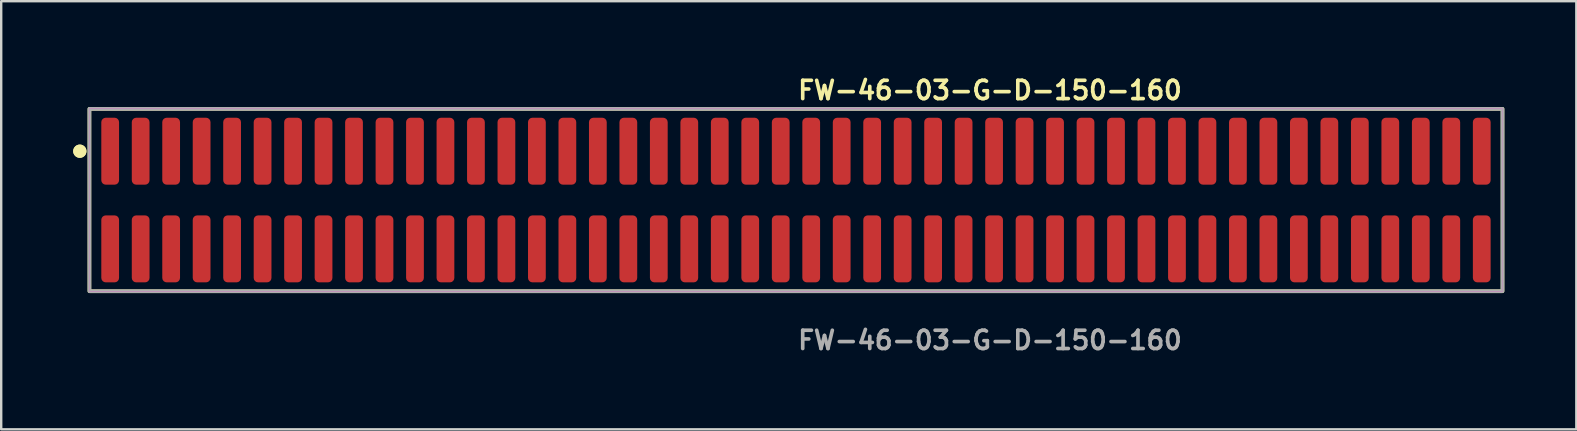
<source format=kicad_pcb>
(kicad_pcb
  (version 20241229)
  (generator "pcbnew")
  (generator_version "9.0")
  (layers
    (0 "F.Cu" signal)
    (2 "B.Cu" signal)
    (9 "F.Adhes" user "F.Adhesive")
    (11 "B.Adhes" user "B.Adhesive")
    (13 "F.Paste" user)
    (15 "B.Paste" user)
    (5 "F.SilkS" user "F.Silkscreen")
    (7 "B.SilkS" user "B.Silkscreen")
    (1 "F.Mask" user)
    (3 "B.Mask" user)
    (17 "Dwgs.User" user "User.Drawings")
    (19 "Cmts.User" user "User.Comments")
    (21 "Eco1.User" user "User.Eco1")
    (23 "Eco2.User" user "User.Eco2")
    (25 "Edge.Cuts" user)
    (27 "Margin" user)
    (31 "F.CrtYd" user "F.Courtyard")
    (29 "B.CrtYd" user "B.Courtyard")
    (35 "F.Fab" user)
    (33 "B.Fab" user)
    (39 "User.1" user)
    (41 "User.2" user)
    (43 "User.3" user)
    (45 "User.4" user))
  (footprint "FW-46-03-G-D-150-160"
    (layer "F.Cu")
    (at 30.116 5.285)
    (property "Reference" "FW-46-03-G-D-150-160" (at 0 -4.572 0) (unlocked yes) (layer "F.SilkS") (effects (font (size 0.762 0.762) (thickness 0.152)) (justify left)))
    (fp_rect (start -29.44 3.8) (end 29.44 -3.8) (stroke (width 0.152) (type solid)) (fill no) (layer "F.SilkS"))
    (fp_circle (center -29.84 -2.035) (end -30.04 -2.035) (stroke (width 0.152) (type solid)) (fill yes) (layer "F.SilkS"))
    (fp_circle (center -29.84 -2.035) (end -30.04 -2.035) (stroke (width 0.152) (type solid)) (fill yes) (layer "F.SilkS"))
    (fp_rect (start -29.44 3.8) (end 29.44 -3.8) (stroke (width 0.006) (type solid)) (fill no) (layer "F.CrtYd"))
    (fp_rect (start -29.44 3.8) (end 29.44 -3.8) (stroke (width 0.152) (type solid)) (fill no) (layer "F.Fab"))
    (fp_text user "${REFERENCE}" (at 0 5.842 0) (unlocked yes) (layer "F.Fab") (effects (font (size 0.762 0.762) (thickness 0.152)) (justify left)))
    (pad "1" smd roundrect (at -28.575 -2.035) (size 0.74 2.79) (layers "F.Cu" "F.Paste") (roundrect_rratio 0.25))
    (pad "2" smd roundrect (at -28.575 2.035) (size 0.74 2.79) (layers "F.Cu" "F.Paste") (roundrect_rratio 0.25))
    (pad "3" smd roundrect (at -27.305 -2.035) (size 0.74 2.79) (layers "F.Cu" "F.Paste") (roundrect_rratio 0.25))
    (pad "4" smd roundrect (at -27.305 2.035) (size 0.74 2.79) (layers "F.Cu" "F.Paste") (roundrect_rratio 0.25))
    (pad "5" smd roundrect (at -26.035 -2.035) (size 0.74 2.79) (layers "F.Cu" "F.Paste") (roundrect_rratio 0.25))
    (pad "6" smd roundrect (at -26.035 2.035) (size 0.74 2.79) (layers "F.Cu" "F.Paste") (roundrect_rratio 0.25))
    (pad "7" smd roundrect (at -24.765 -2.035) (size 0.74 2.79) (layers "F.Cu" "F.Paste") (roundrect_rratio 0.25))
    (pad "8" smd roundrect (at -24.765 2.035) (size 0.74 2.79) (layers "F.Cu" "F.Paste") (roundrect_rratio 0.25))
    (pad "9" smd roundrect (at -23.495 -2.035) (size 0.74 2.79) (layers "F.Cu" "F.Paste") (roundrect_rratio 0.25))
    (pad "10" smd roundrect (at -23.495 2.035) (size 0.74 2.79) (layers "F.Cu" "F.Paste") (roundrect_rratio 0.25))
    (pad "11" smd roundrect (at -22.225 -2.035) (size 0.74 2.79) (layers "F.Cu" "F.Paste") (roundrect_rratio 0.25))
    (pad "12" smd roundrect (at -22.225 2.035) (size 0.74 2.79) (layers "F.Cu" "F.Paste") (roundrect_rratio 0.25))
    (pad "13" smd roundrect (at -20.955 -2.035) (size 0.74 2.79) (layers "F.Cu" "F.Paste") (roundrect_rratio 0.25))
    (pad "14" smd roundrect (at -20.955 2.035) (size 0.74 2.79) (layers "F.Cu" "F.Paste") (roundrect_rratio 0.25))
    (pad "15" smd roundrect (at -19.685 -2.035) (size 0.74 2.79) (layers "F.Cu" "F.Paste") (roundrect_rratio 0.25))
    (pad "16" smd roundrect (at -19.685 2.035) (size 0.74 2.79) (layers "F.Cu" "F.Paste") (roundrect_rratio 0.25))
    (pad "17" smd roundrect (at -18.415 -2.035) (size 0.74 2.79) (layers "F.Cu" "F.Paste") (roundrect_rratio 0.25))
    (pad "18" smd roundrect (at -18.415 2.035) (size 0.74 2.79) (layers "F.Cu" "F.Paste") (roundrect_rratio 0.25))
    (pad "19" smd roundrect (at -17.145 -2.035) (size 0.74 2.79) (layers "F.Cu" "F.Paste") (roundrect_rratio 0.25))
    (pad "20" smd roundrect (at -17.145 2.035) (size 0.74 2.79) (layers "F.Cu" "F.Paste") (roundrect_rratio 0.25))
    (pad "21" smd roundrect (at -15.875 -2.035) (size 0.74 2.79) (layers "F.Cu" "F.Paste") (roundrect_rratio 0.25))
    (pad "22" smd roundrect (at -15.875 2.035) (size 0.74 2.79) (layers "F.Cu" "F.Paste") (roundrect_rratio 0.25))
    (pad "23" smd roundrect (at -14.605 -2.035) (size 0.74 2.79) (layers "F.Cu" "F.Paste") (roundrect_rratio 0.25))
    (pad "24" smd roundrect (at -14.605 2.035) (size 0.74 2.79) (layers "F.Cu" "F.Paste") (roundrect_rratio 0.25))
    (pad "25" smd roundrect (at -13.335 -2.035) (size 0.74 2.79) (layers "F.Cu" "F.Paste") (roundrect_rratio 0.25))
    (pad "26" smd roundrect (at -13.335 2.035) (size 0.74 2.79) (layers "F.Cu" "F.Paste") (roundrect_rratio 0.25))
    (pad "27" smd roundrect (at -12.065 -2.035) (size 0.74 2.79) (layers "F.Cu" "F.Paste") (roundrect_rratio 0.25))
    (pad "28" smd roundrect (at -12.065 2.035) (size 0.74 2.79) (layers "F.Cu" "F.Paste") (roundrect_rratio 0.25))
    (pad "29" smd roundrect (at -10.795 -2.035) (size 0.74 2.79) (layers "F.Cu" "F.Paste") (roundrect_rratio 0.25))
    (pad "30" smd roundrect (at -10.795 2.035) (size 0.74 2.79) (layers "F.Cu" "F.Paste") (roundrect_rratio 0.25))
    (pad "31" smd roundrect (at -9.525 -2.035) (size 0.74 2.79) (layers "F.Cu" "F.Paste") (roundrect_rratio 0.25))
    (pad "32" smd roundrect (at -9.525 2.035) (size 0.74 2.79) (layers "F.Cu" "F.Paste") (roundrect_rratio 0.25))
    (pad "33" smd roundrect (at -8.255 -2.035) (size 0.74 2.79) (layers "F.Cu" "F.Paste") (roundrect_rratio 0.25))
    (pad "34" smd roundrect (at -8.255 2.035) (size 0.74 2.79) (layers "F.Cu" "F.Paste") (roundrect_rratio 0.25))
    (pad "35" smd roundrect (at -6.985 -2.035) (size 0.74 2.79) (layers "F.Cu" "F.Paste") (roundrect_rratio 0.25))
    (pad "36" smd roundrect (at -6.985 2.035) (size 0.74 2.79) (layers "F.Cu" "F.Paste") (roundrect_rratio 0.25))
    (pad "37" smd roundrect (at -5.715 -2.035) (size 0.74 2.79) (layers "F.Cu" "F.Paste") (roundrect_rratio 0.25))
    (pad "38" smd roundrect (at -5.715 2.035) (size 0.74 2.79) (layers "F.Cu" "F.Paste") (roundrect_rratio 0.25))
    (pad "39" smd roundrect (at -4.445 -2.035) (size 0.74 2.79) (layers "F.Cu" "F.Paste") (roundrect_rratio 0.25))
    (pad "40" smd roundrect (at -4.445 2.035) (size 0.74 2.79) (layers "F.Cu" "F.Paste") (roundrect_rratio 0.25))
    (pad "41" smd roundrect (at -3.175 -2.035) (size 0.74 2.79) (layers "F.Cu" "F.Paste") (roundrect_rratio 0.25))
    (pad "42" smd roundrect (at -3.175 2.035) (size 0.74 2.79) (layers "F.Cu" "F.Paste") (roundrect_rratio 0.25))
    (pad "43" smd roundrect (at -1.905 -2.035) (size 0.74 2.79) (layers "F.Cu" "F.Paste") (roundrect_rratio 0.25))
    (pad "44" smd roundrect (at -1.905 2.035) (size 0.74 2.79) (layers "F.Cu" "F.Paste") (roundrect_rratio 0.25))
    (pad "45" smd roundrect (at -0.635 -2.035) (size 0.74 2.79) (layers "F.Cu" "F.Paste") (roundrect_rratio 0.25))
    (pad "46" smd roundrect (at -0.635 2.035) (size 0.74 2.79) (layers "F.Cu" "F.Paste") (roundrect_rratio 0.25))
    (pad "47" smd roundrect (at 0.635 -2.035) (size 0.74 2.79) (layers "F.Cu" "F.Paste") (roundrect_rratio 0.25))
    (pad "48" smd roundrect (at 0.635 2.035) (size 0.74 2.79) (layers "F.Cu" "F.Paste") (roundrect_rratio 0.25))
    (pad "49" smd roundrect (at 1.905 -2.035) (size 0.74 2.79) (layers "F.Cu" "F.Paste") (roundrect_rratio 0.25))
    (pad "50" smd roundrect (at 1.905 2.035) (size 0.74 2.79) (layers "F.Cu" "F.Paste") (roundrect_rratio 0.25))
    (pad "51" smd roundrect (at 3.175 -2.035) (size 0.74 2.79) (layers "F.Cu" "F.Paste") (roundrect_rratio 0.25))
    (pad "52" smd roundrect (at 3.175 2.035) (size 0.74 2.79) (layers "F.Cu" "F.Paste") (roundrect_rratio 0.25))
    (pad "53" smd roundrect (at 4.445 -2.035) (size 0.74 2.79) (layers "F.Cu" "F.Paste") (roundrect_rratio 0.25))
    (pad "54" smd roundrect (at 4.445 2.035) (size 0.74 2.79) (layers "F.Cu" "F.Paste") (roundrect_rratio 0.25))
    (pad "55" smd roundrect (at 5.715 -2.035) (size 0.74 2.79) (layers "F.Cu" "F.Paste") (roundrect_rratio 0.25))
    (pad "56" smd roundrect (at 5.715 2.035) (size 0.74 2.79) (layers "F.Cu" "F.Paste") (roundrect_rratio 0.25))
    (pad "57" smd roundrect (at 6.985 -2.035) (size 0.74 2.79) (layers "F.Cu" "F.Paste") (roundrect_rratio 0.25))
    (pad "58" smd roundrect (at 6.985 2.035) (size 0.74 2.79) (layers "F.Cu" "F.Paste") (roundrect_rratio 0.25))
    (pad "59" smd roundrect (at 8.255 -2.035) (size 0.74 2.79) (layers "F.Cu" "F.Paste") (roundrect_rratio 0.25))
    (pad "60" smd roundrect (at 8.255 2.035) (size 0.74 2.79) (layers "F.Cu" "F.Paste") (roundrect_rratio 0.25))
    (pad "61" smd roundrect (at 9.525 -2.035) (size 0.74 2.79) (layers "F.Cu" "F.Paste") (roundrect_rratio 0.25))
    (pad "62" smd roundrect (at 9.525 2.035) (size 0.74 2.79) (layers "F.Cu" "F.Paste") (roundrect_rratio 0.25))
    (pad "63" smd roundrect (at 10.795 -2.035) (size 0.74 2.79) (layers "F.Cu" "F.Paste") (roundrect_rratio 0.25))
    (pad "64" smd roundrect (at 10.795 2.035) (size 0.74 2.79) (layers "F.Cu" "F.Paste") (roundrect_rratio 0.25))
    (pad "65" smd roundrect (at 12.065 -2.035) (size 0.74 2.79) (layers "F.Cu" "F.Paste") (roundrect_rratio 0.25))
    (pad "66" smd roundrect (at 12.065 2.035) (size 0.74 2.79) (layers "F.Cu" "F.Paste") (roundrect_rratio 0.25))
    (pad "67" smd roundrect (at 13.335 -2.035) (size 0.74 2.79) (layers "F.Cu" "F.Paste") (roundrect_rratio 0.25))
    (pad "68" smd roundrect (at 13.335 2.035) (size 0.74 2.79) (layers "F.Cu" "F.Paste") (roundrect_rratio 0.25))
    (pad "69" smd roundrect (at 14.605 -2.035) (size 0.74 2.79) (layers "F.Cu" "F.Paste") (roundrect_rratio 0.25))
    (pad "70" smd roundrect (at 14.605 2.035) (size 0.74 2.79) (layers "F.Cu" "F.Paste") (roundrect_rratio 0.25))
    (pad "71" smd roundrect (at 15.875 -2.035) (size 0.74 2.79) (layers "F.Cu" "F.Paste") (roundrect_rratio 0.25))
    (pad "72" smd roundrect (at 15.875 2.035) (size 0.74 2.79) (layers "F.Cu" "F.Paste") (roundrect_rratio 0.25))
    (pad "73" smd roundrect (at 17.145 -2.035) (size 0.74 2.79) (layers "F.Cu" "F.Paste") (roundrect_rratio 0.25))
    (pad "74" smd roundrect (at 17.145 2.035) (size 0.74 2.79) (layers "F.Cu" "F.Paste") (roundrect_rratio 0.25))
    (pad "75" smd roundrect (at 18.415 -2.035) (size 0.74 2.79) (layers "F.Cu" "F.Paste") (roundrect_rratio 0.25))
    (pad "76" smd roundrect (at 18.415 2.035) (size 0.74 2.79) (layers "F.Cu" "F.Paste") (roundrect_rratio 0.25))
    (pad "77" smd roundrect (at 19.685 -2.035) (size 0.74 2.79) (layers "F.Cu" "F.Paste") (roundrect_rratio 0.25))
    (pad "78" smd roundrect (at 19.685 2.035) (size 0.74 2.79) (layers "F.Cu" "F.Paste") (roundrect_rratio 0.25))
    (pad "79" smd roundrect (at 20.955 -2.035) (size 0.74 2.79) (layers "F.Cu" "F.Paste") (roundrect_rratio 0.25))
    (pad "80" smd roundrect (at 20.955 2.035) (size 0.74 2.79) (layers "F.Cu" "F.Paste") (roundrect_rratio 0.25))
    (pad "81" smd roundrect (at 22.225 -2.035) (size 0.74 2.79) (layers "F.Cu" "F.Paste") (roundrect_rratio 0.25))
    (pad "82" smd roundrect (at 22.225 2.035) (size 0.74 2.79) (layers "F.Cu" "F.Paste") (roundrect_rratio 0.25))
    (pad "83" smd roundrect (at 23.495 -2.035) (size 0.74 2.79) (layers "F.Cu" "F.Paste") (roundrect_rratio 0.25))
    (pad "84" smd roundrect (at 23.495 2.035) (size 0.74 2.79) (layers "F.Cu" "F.Paste") (roundrect_rratio 0.25))
    (pad "85" smd roundrect (at 24.765 -2.035) (size 0.74 2.79) (layers "F.Cu" "F.Paste") (roundrect_rratio 0.25))
    (pad "86" smd roundrect (at 24.765 2.035) (size 0.74 2.79) (layers "F.Cu" "F.Paste") (roundrect_rratio 0.25))
    (pad "87" smd roundrect (at 26.035 -2.035) (size 0.74 2.79) (layers "F.Cu" "F.Paste") (roundrect_rratio 0.25))
    (pad "88" smd roundrect (at 26.035 2.035) (size 0.74 2.79) (layers "F.Cu" "F.Paste") (roundrect_rratio 0.25))
    (pad "89" smd roundrect (at 27.305 -2.035) (size 0.74 2.79) (layers "F.Cu" "F.Paste") (roundrect_rratio 0.25))
    (pad "90" smd roundrect (at 27.305 2.035) (size 0.74 2.79) (layers "F.Cu" "F.Paste") (roundrect_rratio 0.25))
    (pad "91" smd roundrect (at 28.575 -2.035) (size 0.74 2.79) (layers "F.Cu" "F.Paste") (roundrect_rratio 0.25))
    (pad "92" smd roundrect (at 28.575 2.035) (size 0.74 2.79) (layers "F.Cu" "F.Paste") (roundrect_rratio 0.25)))
  (gr_rect
    (start -3 -3)
    (end 62.632 14.84)
    (stroke (width 0.1) (type default))
    (fill no)
    (layer "Edge.Cuts")))
</source>
